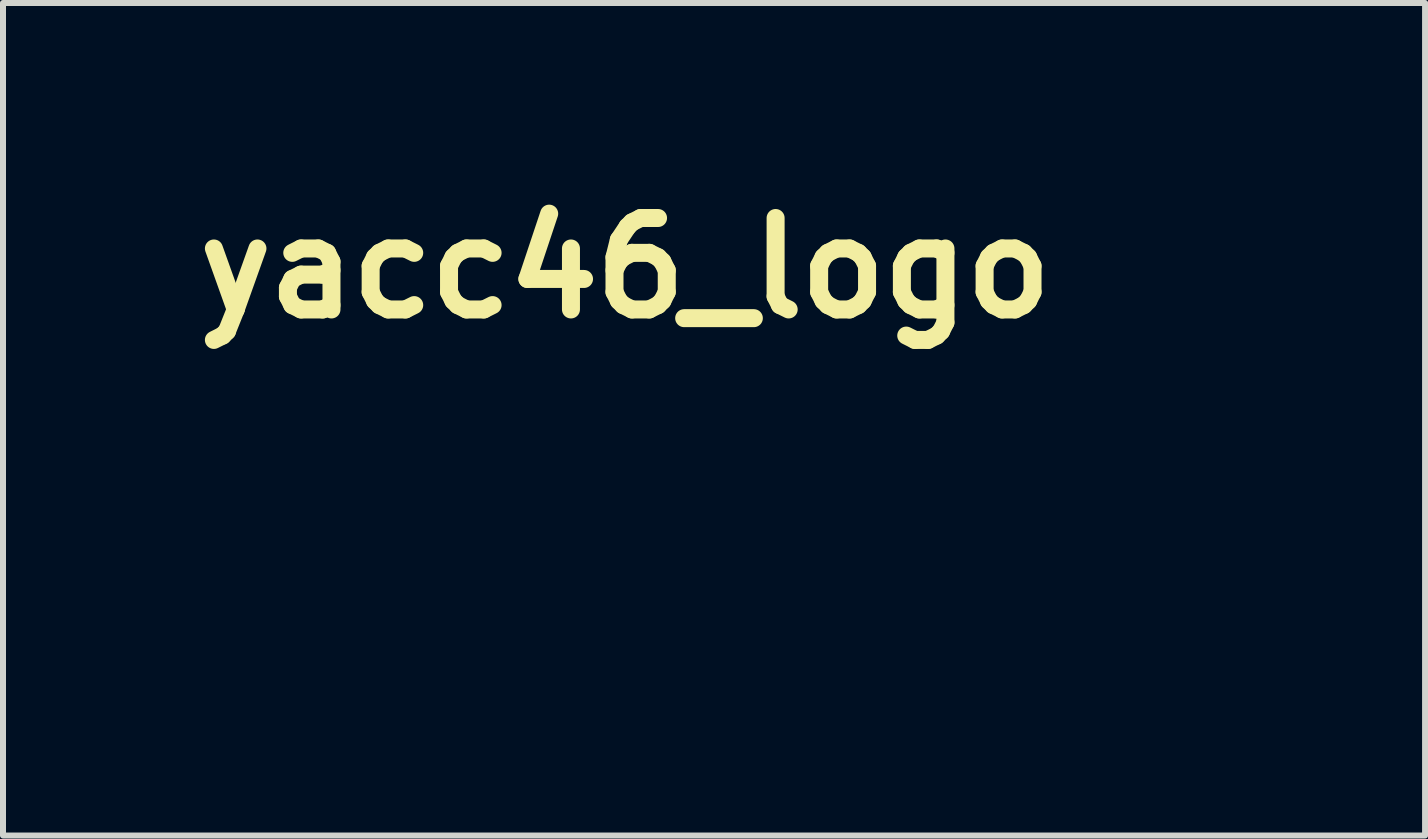
<source format=kicad_pcb>
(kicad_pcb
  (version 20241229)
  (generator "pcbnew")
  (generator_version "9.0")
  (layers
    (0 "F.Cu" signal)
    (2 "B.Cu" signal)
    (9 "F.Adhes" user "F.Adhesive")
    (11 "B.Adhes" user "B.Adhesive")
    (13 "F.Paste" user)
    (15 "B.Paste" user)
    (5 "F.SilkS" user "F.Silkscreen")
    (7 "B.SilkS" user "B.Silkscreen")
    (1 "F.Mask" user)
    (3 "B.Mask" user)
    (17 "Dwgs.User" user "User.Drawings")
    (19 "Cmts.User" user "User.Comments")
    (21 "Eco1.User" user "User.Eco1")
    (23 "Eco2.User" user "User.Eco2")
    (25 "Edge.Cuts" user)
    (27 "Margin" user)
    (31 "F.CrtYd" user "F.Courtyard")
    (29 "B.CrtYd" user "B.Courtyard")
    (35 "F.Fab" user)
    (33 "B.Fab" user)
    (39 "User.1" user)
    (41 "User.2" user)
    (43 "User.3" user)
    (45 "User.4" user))
  (footprint "yacc46_logo"
    (layer "F.Cu")
    (at 9.113 4.798)
    (property "Reference" "yacc46_logo" (at -1.74 -3.38 0) (layer "F.SilkS") (effects (font (size 1.524 1.524) (thickness 0.3))))
    (attr through_hole)
    (fp_poly (pts (xy 5.935 -0.15) (xy 5.979 -0.14) (xy 5.988 -0.122) (xy 5.987 -0.119) (xy 5.971 -0.091) (xy 5.932 -0.024) (xy 5.871 0.077) (xy 5.792 0.207) (xy 5.698 0.362) (xy 5.591 0.538) (xy 5.473 0.73) (xy 5.387 0.87) (xy 5.265 1.069) (xy 5.152 1.255) (xy 5.049 1.423) (xy 4.961 1.568) (xy 4.89 1.687) (xy 4.837 1.775) (xy 4.807 1.827) (xy 4.801 1.84) (xy 4.825 1.844) (xy 4.893 1.848) (xy 4.997 1.851) (xy 5.131 1.853) (xy 5.286 1.854) (xy 5.372 1.854) (xy 5.944 1.854) (xy 5.944 1.194) (xy 6.248 1.194) (xy 6.248 3.023) (xy 5.944 3.023) (xy 5.944 2.134) (xy 5.213 2.128) (xy 4.483 2.121) (xy 4.476 1.968) (xy 4.469 1.816) (xy 5.082 0.832) (xy 5.695 -0.152) (xy 5.847 -0.152) (xy 5.935 -0.15)) (stroke (width 0.01) (type solid)) (fill yes) (layer "F.Mask"))
    (fp_poly (pts (xy -5.628 -3.072) (xy -5.556 -3.066) (xy -5.522 -3.055) (xy -5.518 -3.042) (xy -5.529 -3.014) (xy -5.556 -2.942) (xy -5.598 -2.829) (xy -5.654 -2.677) (xy -5.724 -2.492) (xy -5.805 -2.275) (xy -5.896 -2.03) (xy -5.997 -1.76) (xy -6.106 -1.468) (xy -6.221 -1.158) (xy -6.343 -0.834) (xy -6.414 -0.641) (xy -7.298 1.727) (xy -7.523 1.727) (xy -7.622 1.725) (xy -7.699 1.721) (xy -7.742 1.713) (xy -7.747 1.71) (xy -7.738 1.682) (xy -7.714 1.614) (xy -7.676 1.51) (xy -7.627 1.376) (xy -7.569 1.22) (xy -7.505 1.047) (xy -7.489 1.005) (xy -7.423 0.828) (xy -7.363 0.667) (xy -7.312 0.526) (xy -7.271 0.413) (xy -7.244 0.334) (xy -7.232 0.295) (xy -7.231 0.292) (xy -7.241 0.266) (xy -7.267 0.198) (xy -7.308 0.092) (xy -7.363 -0.048) (xy -7.429 -0.217) (xy -7.506 -0.411) (xy -7.59 -0.624) (xy -7.68 -0.852) (xy -7.775 -1.092) (xy -7.872 -1.337) (xy -7.97 -1.584) (xy -8.067 -1.828) (xy -8.161 -2.065) (xy -8.251 -2.29) (xy -8.334 -2.498) (xy -8.409 -2.685) (xy -8.473 -2.846) (xy -8.526 -2.977) (xy -8.553 -3.043) (xy -8.548 -3.058) (xy -8.515 -3.067) (xy -8.447 -3.07) (xy -8.335 -3.068) (xy -8.319 -3.068) (xy -8.071 -3.061) (xy -7.621 -1.89) (xy -7.528 -1.649) (xy -7.439 -1.415) (xy -7.354 -1.193) (xy -7.277 -0.989) (xy -7.209 -0.81) (xy -7.153 -0.66) (xy -7.11 -0.547) (xy -7.085 -0.476) (xy -6.999 -0.232) (xy -6.857 -0.643) (xy -6.817 -0.76) (xy -6.762 -0.916) (xy -6.695 -1.104) (xy -6.619 -1.316) (xy -6.537 -1.544) (xy -6.452 -1.78) (xy -6.367 -2.015) (xy -6.349 -2.064) (xy -5.982 -3.073) (xy -5.744 -3.073) (xy -5.628 -3.072)) (stroke (width 0.01) (type solid)) (fill yes) (layer "F.Mask"))
    (fp_poly (pts (xy 3.301 -1.997) (xy 3.424 -1.97) (xy 3.645 -1.887) (xy 3.845 -1.764) (xy 4.016 -1.608) (xy 4.154 -1.424) (xy 4.254 -1.218) (xy 4.31 -0.997) (xy 4.313 -0.971) (xy 4.322 -0.88) (xy 4.325 -0.81) (xy 4.323 -0.776) (xy 4.322 -0.774) (xy 4.292 -0.769) (xy 4.225 -0.764) (xy 4.133 -0.762) (xy 4.101 -0.762) (xy 3.893 -0.762) (xy 3.879 -0.9) (xy 3.836 -1.098) (xy 3.751 -1.268) (xy 3.629 -1.408) (xy 3.47 -1.514) (xy 3.278 -1.585) (xy 3.081 -1.617) (xy 2.853 -1.614) (xy 2.646 -1.57) (xy 2.466 -1.487) (xy 2.315 -1.368) (xy 2.199 -1.215) (xy 2.12 -1.032) (xy 2.108 -0.962) (xy 2.098 -0.85) (xy 2.09 -0.704) (xy 2.084 -0.532) (xy 2.081 -0.344) (xy 2.08 -0.148) (xy 2.081 0.048) (xy 2.084 0.236) (xy 2.09 0.406) (xy 2.098 0.55) (xy 2.108 0.661) (xy 2.12 0.727) (xy 2.199 0.916) (xy 2.313 1.069) (xy 2.463 1.186) (xy 2.647 1.265) (xy 2.867 1.309) (xy 2.921 1.314) (xy 3.15 1.309) (xy 3.354 1.264) (xy 3.53 1.18) (xy 3.674 1.06) (xy 3.785 0.905) (xy 3.857 0.718) (xy 3.88 0.607) (xy 3.899 0.47) (xy 4.087 0.462) (xy 4.183 0.46) (xy 4.26 0.461) (xy 4.303 0.466) (xy 4.305 0.466) (xy 4.324 0.499) (xy 4.327 0.568) (xy 4.316 0.664) (xy 4.294 0.775) (xy 4.261 0.891) (xy 4.22 1.001) (xy 4.205 1.034) (xy 4.084 1.233) (xy 3.925 1.401) (xy 3.734 1.537) (xy 3.516 1.637) (xy 3.276 1.701) (xy 3.018 1.725) (xy 2.748 1.707) (xy 2.707 1.7) (xy 2.45 1.635) (xy 2.225 1.53) (xy 2.033 1.388) (xy 1.876 1.21) (xy 1.756 0.998) (xy 1.675 0.753) (xy 1.66 0.683) (xy 1.648 0.587) (xy 1.638 0.452) (xy 1.632 0.288) (xy 1.629 0.102) (xy 1.628 -0.096) (xy 1.63 -0.299) (xy 1.634 -0.498) (xy 1.641 -0.684) (xy 1.651 -0.848) (xy 1.662 -0.983) (xy 1.676 -1.08) (xy 1.682 -1.108) (xy 1.774 -1.337) (xy 1.905 -1.541) (xy 2.068 -1.714) (xy 2.259 -1.849) (xy 2.329 -1.886) (xy 2.549 -1.964) (xy 2.794 -2.01) (xy 3.05 -2.021) (xy 3.301 -1.997)) (stroke (width 0.01) (type solid)) (fill yes) (layer "F.Mask"))
    (fp_poly (pts (xy 7.956 -0.171) (xy 7.976 -0.165) (xy 7.963 -0.14) (xy 7.928 -0.077) (xy 7.873 0.019) (xy 7.801 0.144) (xy 7.715 0.291) (xy 7.618 0.455) (xy 7.553 0.567) (xy 7.451 0.74) (xy 7.357 0.899) (xy 7.274 1.038) (xy 7.206 1.154) (xy 7.156 1.239) (xy 7.127 1.289) (xy 7.12 1.301) (xy 7.134 1.297) (xy 7.179 1.271) (xy 7.236 1.234) (xy 7.406 1.149) (xy 7.596 1.103) (xy 7.792 1.098) (xy 7.982 1.134) (xy 8.059 1.163) (xy 8.209 1.254) (xy 8.347 1.381) (xy 8.457 1.53) (xy 8.497 1.606) (xy 8.552 1.774) (xy 8.58 1.967) (xy 8.582 2.165) (xy 8.556 2.347) (xy 8.548 2.376) (xy 8.465 2.583) (xy 8.344 2.757) (xy 8.189 2.896) (xy 8.005 2.996) (xy 7.795 3.055) (xy 7.586 3.072) (xy 7.474 3.066) (xy 7.363 3.053) (xy 7.288 3.039) (xy 7.095 2.961) (xy 6.924 2.84) (xy 6.781 2.682) (xy 6.684 2.518) (xy 6.655 2.451) (xy 6.635 2.39) (xy 6.624 2.322) (xy 6.618 2.233) (xy 6.617 2.11) (xy 6.617 2.085) (xy 6.897 2.085) (xy 6.899 2.199) (xy 6.907 2.282) (xy 6.927 2.353) (xy 6.961 2.43) (xy 6.973 2.452) (xy 7.074 2.601) (xy 7.208 2.71) (xy 7.375 2.782) (xy 7.383 2.784) (xy 7.508 2.804) (xy 7.651 2.804) (xy 7.79 2.786) (xy 7.886 2.758) (xy 8.014 2.68) (xy 8.13 2.565) (xy 8.197 2.47) (xy 8.234 2.396) (xy 8.257 2.317) (xy 8.271 2.217) (xy 8.276 2.142) (xy 8.276 1.97) (xy 8.256 1.83) (xy 8.21 1.708) (xy 8.141 1.597) (xy 8.026 1.479) (xy 7.883 1.396) (xy 7.722 1.349) (xy 7.553 1.339) (xy 7.385 1.366) (xy 7.227 1.43) (xy 7.095 1.529) (xy 6.995 1.655) (xy 6.931 1.81) (xy 6.9 1.998) (xy 6.897 2.085) (xy 6.617 2.085) (xy 6.617 2.07) (xy 6.617 1.938) (xy 6.622 1.842) (xy 6.631 1.767) (xy 6.65 1.697) (xy 6.68 1.618) (xy 6.709 1.549) (xy 6.744 1.474) (xy 6.801 1.363) (xy 6.876 1.221) (xy 6.964 1.058) (xy 7.063 0.879) (xy 7.168 0.691) (xy 7.229 0.584) (xy 7.659 -0.165) (xy 7.817 -0.173) (xy 7.899 -0.174) (xy 7.956 -0.171)) (stroke (width 0.01) (type solid)) (fill yes) (layer "F.Mask"))
    (fp_poly (pts (xy -0.277 -2.02) (xy -0.024 -1.98) (xy 0.219 -1.901) (xy 0.294 -1.867) (xy 0.422 -1.787) (xy 0.553 -1.677) (xy 0.673 -1.549) (xy 0.768 -1.42) (xy 0.797 -1.367) (xy 0.834 -1.279) (xy 0.869 -1.17) (xy 0.899 -1.054) (xy 0.922 -0.945) (xy 0.933 -0.857) (xy 0.931 -0.801) (xy 0.93 -0.799) (xy 0.913 -0.779) (xy 0.873 -0.769) (xy 0.8 -0.765) (xy 0.705 -0.767) (xy 0.495 -0.775) (xy 0.477 -0.918) (xy 0.431 -1.112) (xy 0.342 -1.279) (xy 0.225 -1.408) (xy 0.11 -1.497) (xy -0.013 -1.558) (xy -0.154 -1.594) (xy -0.325 -1.61) (xy -0.419 -1.611) (xy -0.544 -1.609) (xy -0.635 -1.602) (xy -0.71 -1.586) (xy -0.784 -1.559) (xy -0.833 -1.538) (xy -1.007 -1.433) (xy -1.145 -1.294) (xy -1.242 -1.124) (xy -1.27 -1.049) (xy -1.285 -0.996) (xy -1.297 -0.942) (xy -1.306 -0.88) (xy -1.312 -0.803) (xy -1.316 -0.704) (xy -1.319 -0.576) (xy -1.32 -0.413) (xy -1.321 -0.208) (xy -1.321 -0.152) (xy -1.321 0.063) (xy -1.32 0.235) (xy -1.317 0.37) (xy -1.313 0.474) (xy -1.308 0.556) (xy -1.299 0.621) (xy -1.288 0.677) (xy -1.274 0.73) (xy -1.268 0.751) (xy -1.231 0.854) (xy -1.185 0.936) (xy -1.119 1.017) (xy -1.071 1.067) (xy -0.956 1.168) (xy -0.84 1.238) (xy -0.711 1.282) (xy -0.555 1.303) (xy -0.406 1.308) (xy -0.214 1.299) (xy -0.058 1.268) (xy 0.075 1.213) (xy 0.196 1.128) (xy 0.225 1.103) (xy 0.354 0.957) (xy 0.438 0.787) (xy 0.477 0.614) (xy 0.495 0.47) (xy 0.705 0.463) (xy 0.813 0.461) (xy 0.88 0.465) (xy 0.916 0.477) (xy 0.93 0.494) (xy 0.934 0.546) (xy 0.923 0.633) (xy 0.901 0.741) (xy 0.871 0.857) (xy 0.836 0.968) (xy 0.799 1.059) (xy 0.796 1.065) (xy 0.68 1.247) (xy 0.524 1.407) (xy 0.334 1.54) (xy 0.117 1.64) (xy 0.051 1.662) (xy -0.045 1.683) (xy -0.173 1.7) (xy -0.317 1.712) (xy -0.459 1.718) (xy -0.581 1.717) (xy -0.648 1.711) (xy -0.911 1.648) (xy -1.143 1.546) (xy -1.341 1.407) (xy -1.505 1.231) (xy -1.633 1.02) (xy -1.721 0.781) (xy -1.734 0.727) (xy -1.744 0.666) (xy -1.752 0.592) (xy -1.758 0.497) (xy -1.761 0.375) (xy -1.764 0.22) (xy -1.765 0.026) (xy -1.765 -0.152) (xy -1.765 -0.381) (xy -1.763 -0.565) (xy -1.761 -0.712) (xy -1.756 -0.827) (xy -1.75 -0.916) (xy -1.742 -0.987) (xy -1.731 -1.045) (xy -1.721 -1.085) (xy -1.643 -1.305) (xy -1.536 -1.492) (xy -1.4 -1.652) (xy -1.22 -1.797) (xy -1.01 -1.908) (xy -0.777 -1.982) (xy -0.53 -2.02) (xy -0.277 -2.02)) (stroke (width 0.01) (type solid)) (fill yes) (layer "F.Mask"))
    (fp_poly (pts (xy -3.459 -1.994) (xy -3.229 -1.933) (xy -3.137 -1.896) (xy -3.01 -1.821) (xy -2.878 -1.715) (xy -2.755 -1.593) (xy -2.659 -1.469) (xy -2.634 -1.427) (xy -2.603 -1.369) (xy -2.578 -1.314) (xy -2.556 -1.255) (xy -2.539 -1.19) (xy -2.524 -1.113) (xy -2.513 -1.019) (xy -2.505 -0.905) (xy -2.499 -0.766) (xy -2.494 -0.596) (xy -2.492 -0.392) (xy -2.49 -0.149) (xy -2.49 0.137) (xy -2.49 0.337) (xy -2.489 1.651) (xy -2.921 1.651) (xy -2.922 1.079) (xy -2.97 1.185) (xy -3.06 1.326) (xy -3.191 1.453) (xy -3.355 1.562) (xy -3.544 1.645) (xy -3.619 1.668) (xy -3.702 1.684) (xy -3.814 1.699) (xy -3.938 1.71) (xy -4.061 1.718) (xy -4.168 1.72) (xy -4.243 1.715) (xy -4.255 1.713) (xy -4.308 1.701) (xy -4.389 1.685) (xy -4.445 1.673) (xy -4.665 1.605) (xy -4.859 1.496) (xy -5.021 1.351) (xy -5.147 1.174) (xy -5.234 0.969) (xy -5.259 0.868) (xy -5.281 0.641) (xy -5.275 0.575) (xy -4.838 0.575) (xy -4.827 0.74) (xy -4.78 0.899) (xy -4.698 1.043) (xy -4.581 1.162) (xy -4.483 1.226) (xy -4.392 1.268) (xy -4.296 1.305) (xy -4.28 1.311) (xy -4.185 1.33) (xy -4.056 1.34) (xy -3.913 1.343) (xy -3.771 1.337) (xy -3.647 1.323) (xy -3.594 1.312) (xy -3.393 1.237) (xy -3.221 1.129) (xy -3.084 0.995) (xy -2.992 0.843) (xy -2.97 0.786) (xy -2.954 0.721) (xy -2.943 0.638) (xy -2.935 0.528) (xy -2.928 0.378) (xy -2.927 0.337) (xy -2.915 -0.051) (xy -3.586 -0.051) (xy -3.821 -0.05) (xy -4.012 -0.047) (xy -4.165 -0.04) (xy -4.286 -0.03) (xy -4.381 -0.013) (xy -4.458 0.01) (xy -4.522 0.041) (xy -4.579 0.081) (xy -4.637 0.131) (xy -4.744 0.261) (xy -4.81 0.412) (xy -4.838 0.575) (xy -5.275 0.575) (xy -5.261 0.423) (xy -5.2 0.219) (xy -5.101 0.038) (xy -4.966 -0.115) (xy -4.869 -0.19) (xy -4.787 -0.244) (xy -4.714 -0.287) (xy -4.645 -0.322) (xy -4.571 -0.348) (xy -4.487 -0.367) (xy -4.386 -0.38) (xy -4.261 -0.389) (xy -4.104 -0.395) (xy -3.911 -0.399) (xy -3.686 -0.401) (xy -2.914 -0.41) (xy -2.928 -0.719) (xy -2.939 -0.873) (xy -2.955 -1.008) (xy -2.974 -1.112) (xy -2.984 -1.146) (xy -3.064 -1.301) (xy -3.185 -1.434) (xy -3.338 -1.537) (xy -3.347 -1.542) (xy -3.415 -1.573) (xy -3.475 -1.593) (xy -3.541 -1.605) (xy -3.627 -1.611) (xy -3.746 -1.613) (xy -3.785 -1.613) (xy -3.916 -1.611) (xy -4.01 -1.607) (xy -4.082 -1.596) (xy -4.147 -1.577) (xy -4.218 -1.547) (xy -4.237 -1.539) (xy -4.397 -1.442) (xy -4.525 -1.316) (xy -4.612 -1.17) (xy -4.628 -1.125) (xy -4.667 -1.003) (xy -4.88 -1.003) (xy -4.983 -1.004) (xy -5.046 -1.007) (xy -5.077 -1.017) (xy -5.087 -1.036) (xy -5.085 -1.067) (xy -5.04 -1.247) (xy -4.952 -1.426) (xy -4.83 -1.592) (xy -4.681 -1.732) (xy -4.626 -1.772) (xy -4.45 -1.875) (xy -4.269 -1.946) (xy -4.066 -1.994) (xy -3.954 -2.01) (xy -3.706 -2.021) (xy -3.459 -1.994)) (stroke (width 0.01) (type solid)) (fill yes) (layer "F.Mask")))
  (gr_rect
    (start -3 -3)
    (end 20.701 10.875)
    (stroke (width 0.1) (type default))
    (fill no)
    (layer "Edge.Cuts")))
</source>
